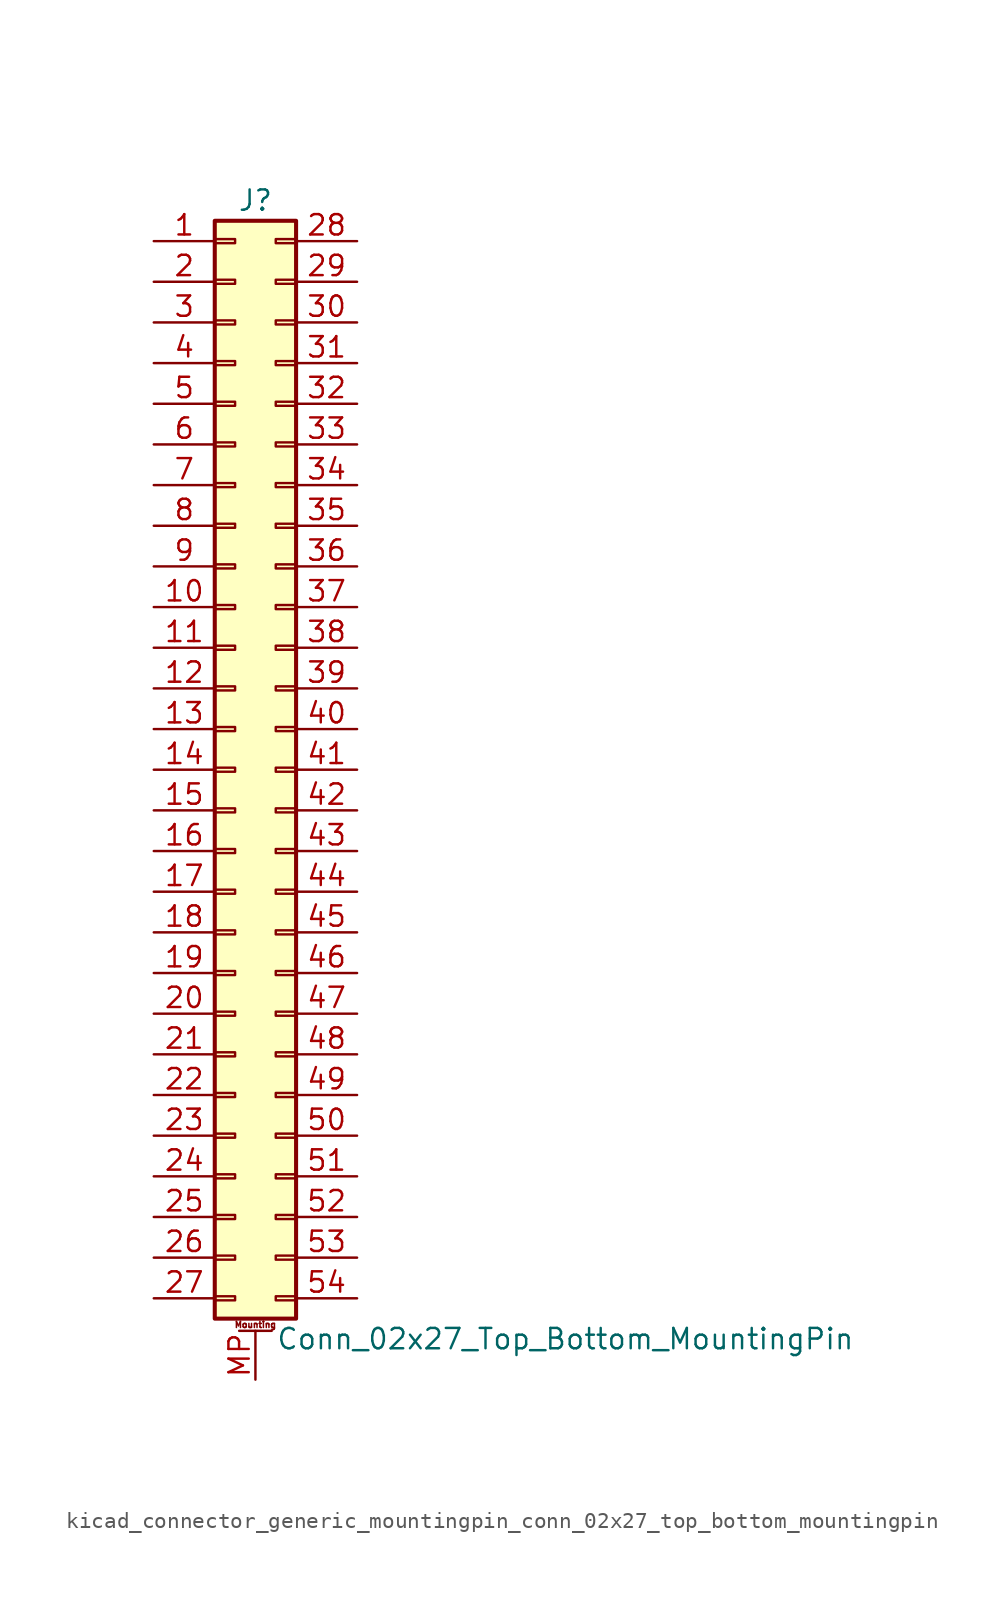
<source format=kicad_sym>
(kicad_symbol_lib
  (version 20220914)
  (generator kicad_symbol_editor)
  (symbol "kicad_connector_generic_mountingpin_conn_02x27_top_bottom_mountingpin"
    (pin_names
      (offset 1.016) hide)
    (property "Reference" "J"
      (at 1.27 35.56 0)
      (effects (font (size 1.27 1.27))))
    (property "Value" "Conn_02x27_Top_Bottom_MountingPin"
      (at 2.54 -35.56 0)
      (effects (font (size 1.27 1.27)) (justify left)))
    (symbol "kicad_connector_generic_mountingpin_conn_02x27_top_bottom_mountingpin_1_1"
      (rectangle (start -1.27 -32.893) (end 0 -33.147) (stroke (width 0.152) (type default)) (fill (type none)))
      (rectangle (start -1.27 -30.353) (end 0 -30.607) (stroke (width 0.152) (type default)) (fill (type none)))
      (rectangle (start -1.27 -27.813) (end 0 -28.067) (stroke (width 0.152) (type default)) (fill (type none)))
      (rectangle (start -1.27 -25.273) (end 0 -25.527) (stroke (width 0.152) (type default)) (fill (type none)))
      (rectangle (start -1.27 -22.733) (end 0 -22.987) (stroke (width 0.152) (type default)) (fill (type none)))
      (rectangle (start -1.27 -20.193) (end 0 -20.447) (stroke (width 0.152) (type default)) (fill (type none)))
      (rectangle (start -1.27 -17.653) (end 0 -17.907) (stroke (width 0.152) (type default)) (fill (type none)))
      (rectangle (start -1.27 -15.113) (end 0 -15.367) (stroke (width 0.152) (type default)) (fill (type none)))
      (rectangle (start -1.27 -12.573) (end 0 -12.827) (stroke (width 0.152) (type default)) (fill (type none)))
      (rectangle (start -1.27 -10.033) (end 0 -10.287) (stroke (width 0.152) (type default)) (fill (type none)))
      (rectangle (start -1.27 -7.493) (end 0 -7.747) (stroke (width 0.152) (type default)) (fill (type none)))
      (rectangle (start -1.27 -4.953) (end 0 -5.207) (stroke (width 0.152) (type default)) (fill (type none)))
      (rectangle (start -1.27 -2.413) (end 0 -2.667) (stroke (width 0.152) (type default)) (fill (type none)))
      (rectangle (start -1.27 0.127) (end 0 -0.127) (stroke (width 0.152) (type default)) (fill (type none)))
      (rectangle (start -1.27 2.667) (end 0 2.413) (stroke (width 0.152) (type default)) (fill (type none)))
      (rectangle (start -1.27 5.207) (end 0 4.953) (stroke (width 0.152) (type default)) (fill (type none)))
      (rectangle (start -1.27 7.747) (end 0 7.493) (stroke (width 0.152) (type default)) (fill (type none)))
      (rectangle (start -1.27 10.287) (end 0 10.033) (stroke (width 0.152) (type default)) (fill (type none)))
      (rectangle (start -1.27 12.827) (end 0 12.573) (stroke (width 0.152) (type default)) (fill (type none)))
      (rectangle (start -1.27 15.367) (end 0 15.113) (stroke (width 0.152) (type default)) (fill (type none)))
      (rectangle (start -1.27 17.907) (end 0 17.653) (stroke (width 0.152) (type default)) (fill (type none)))
      (rectangle (start -1.27 20.447) (end 0 20.193) (stroke (width 0.152) (type default)) (fill (type none)))
      (rectangle (start -1.27 22.987) (end 0 22.733) (stroke (width 0.152) (type default)) (fill (type none)))
      (rectangle (start -1.27 25.527) (end 0 25.273) (stroke (width 0.152) (type default)) (fill (type none)))
      (rectangle (start -1.27 28.067) (end 0 27.813) (stroke (width 0.152) (type default)) (fill (type none)))
      (rectangle (start -1.27 30.607) (end 0 30.353) (stroke (width 0.152) (type default)) (fill (type none)))
      (rectangle (start -1.27 33.147) (end 0 32.893) (stroke (width 0.152) (type default)) (fill (type none)))
      (rectangle (start -1.27 34.29) (end 3.81 -34.29) (stroke (width 0.254) (type default)) (fill (type background)))
      (polyline (pts (xy 0.254 -35.052) (xy 2.286 -35.052)) (stroke (width 0.152) (type default)) (fill (type none)))
      (rectangle (start 3.81 -32.893) (end 2.54 -33.147) (stroke (width 0.152) (type default)) (fill (type none)))
      (rectangle (start 3.81 -30.353) (end 2.54 -30.607) (stroke (width 0.152) (type default)) (fill (type none)))
      (rectangle (start 3.81 -27.813) (end 2.54 -28.067) (stroke (width 0.152) (type default)) (fill (type none)))
      (rectangle (start 3.81 -25.273) (end 2.54 -25.527) (stroke (width 0.152) (type default)) (fill (type none)))
      (rectangle (start 3.81 -22.733) (end 2.54 -22.987) (stroke (width 0.152) (type default)) (fill (type none)))
      (rectangle (start 3.81 -20.193) (end 2.54 -20.447) (stroke (width 0.152) (type default)) (fill (type none)))
      (rectangle (start 3.81 -17.653) (end 2.54 -17.907) (stroke (width 0.152) (type default)) (fill (type none)))
      (rectangle (start 3.81 -15.113) (end 2.54 -15.367) (stroke (width 0.152) (type default)) (fill (type none)))
      (rectangle (start 3.81 -12.573) (end 2.54 -12.827) (stroke (width 0.152) (type default)) (fill (type none)))
      (rectangle (start 3.81 -10.033) (end 2.54 -10.287) (stroke (width 0.152) (type default)) (fill (type none)))
      (rectangle (start 3.81 -7.493) (end 2.54 -7.747) (stroke (width 0.152) (type default)) (fill (type none)))
      (rectangle (start 3.81 -4.953) (end 2.54 -5.207) (stroke (width 0.152) (type default)) (fill (type none)))
      (rectangle (start 3.81 -2.413) (end 2.54 -2.667) (stroke (width 0.152) (type default)) (fill (type none)))
      (rectangle (start 3.81 0.127) (end 2.54 -0.127) (stroke (width 0.152) (type default)) (fill (type none)))
      (rectangle (start 3.81 2.667) (end 2.54 2.413) (stroke (width 0.152) (type default)) (fill (type none)))
      (rectangle (start 3.81 5.207) (end 2.54 4.953) (stroke (width 0.152) (type default)) (fill (type none)))
      (rectangle (start 3.81 7.747) (end 2.54 7.493) (stroke (width 0.152) (type default)) (fill (type none)))
      (rectangle (start 3.81 10.287) (end 2.54 10.033) (stroke (width 0.152) (type default)) (fill (type none)))
      (rectangle (start 3.81 12.827) (end 2.54 12.573) (stroke (width 0.152) (type default)) (fill (type none)))
      (rectangle (start 3.81 15.367) (end 2.54 15.113) (stroke (width 0.152) (type default)) (fill (type none)))
      (rectangle (start 3.81 17.907) (end 2.54 17.653) (stroke (width 0.152) (type default)) (fill (type none)))
      (rectangle (start 3.81 20.447) (end 2.54 20.193) (stroke (width 0.152) (type default)) (fill (type none)))
      (rectangle (start 3.81 22.987) (end 2.54 22.733) (stroke (width 0.152) (type default)) (fill (type none)))
      (rectangle (start 3.81 25.527) (end 2.54 25.273) (stroke (width 0.152) (type default)) (fill (type none)))
      (rectangle (start 3.81 28.067) (end 2.54 27.813) (stroke (width 0.152) (type default)) (fill (type none)))
      (rectangle (start 3.81 30.607) (end 2.54 30.353) (stroke (width 0.152) (type default)) (fill (type none)))
      (rectangle (start 3.81 33.147) (end 2.54 32.893) (stroke (width 0.152) (type default)) (fill (type none)))
      (text "Mounting" (at 1.27 -34.671 0) (effects (font (size 0.381 0.381))))
      (pin passive line (at -5.08 33.02 0) (length 3.81) (name "Pin_1" (effects (font (size 1.27 1.27)))) (number "1" (effects (font (size 1.27 1.27)))))
      (pin passive line (at -5.08 10.16 0) (length 3.81) (name "Pin_10" (effects (font (size 1.27 1.27)))) (number "10" (effects (font (size 1.27 1.27)))))
      (pin passive line (at -5.08 7.62 0) (length 3.81) (name "Pin_11" (effects (font (size 1.27 1.27)))) (number "11" (effects (font (size 1.27 1.27)))))
      (pin passive line (at -5.08 5.08 0) (length 3.81) (name "Pin_12" (effects (font (size 1.27 1.27)))) (number "12" (effects (font (size 1.27 1.27)))))
      (pin passive line (at -5.08 2.54 0) (length 3.81) (name "Pin_13" (effects (font (size 1.27 1.27)))) (number "13" (effects (font (size 1.27 1.27)))))
      (pin passive line (at -5.08 0 0) (length 3.81) (name "Pin_14" (effects (font (size 1.27 1.27)))) (number "14" (effects (font (size 1.27 1.27)))))
      (pin passive line (at -5.08 -2.54 0) (length 3.81) (name "Pin_15" (effects (font (size 1.27 1.27)))) (number "15" (effects (font (size 1.27 1.27)))))
      (pin passive line (at -5.08 -5.08 0) (length 3.81) (name "Pin_16" (effects (font (size 1.27 1.27)))) (number "16" (effects (font (size 1.27 1.27)))))
      (pin passive line (at -5.08 -7.62 0) (length 3.81) (name "Pin_17" (effects (font (size 1.27 1.27)))) (number "17" (effects (font (size 1.27 1.27)))))
      (pin passive line (at -5.08 -10.16 0) (length 3.81) (name "Pin_18" (effects (font (size 1.27 1.27)))) (number "18" (effects (font (size 1.27 1.27)))))
      (pin passive line (at -5.08 -12.7 0) (length 3.81) (name "Pin_19" (effects (font (size 1.27 1.27)))) (number "19" (effects (font (size 1.27 1.27)))))
      (pin passive line (at -5.08 30.48 0) (length 3.81) (name "Pin_2" (effects (font (size 1.27 1.27)))) (number "2" (effects (font (size 1.27 1.27)))))
      (pin passive line (at -5.08 -15.24 0) (length 3.81) (name "Pin_20" (effects (font (size 1.27 1.27)))) (number "20" (effects (font (size 1.27 1.27)))))
      (pin passive line (at -5.08 -17.78 0) (length 3.81) (name "Pin_21" (effects (font (size 1.27 1.27)))) (number "21" (effects (font (size 1.27 1.27)))))
      (pin passive line (at -5.08 -20.32 0) (length 3.81) (name "Pin_22" (effects (font (size 1.27 1.27)))) (number "22" (effects (font (size 1.27 1.27)))))
      (pin passive line (at -5.08 -22.86 0) (length 3.81) (name "Pin_23" (effects (font (size 1.27 1.27)))) (number "23" (effects (font (size 1.27 1.27)))))
      (pin passive line (at -5.08 -25.4 0) (length 3.81) (name "Pin_24" (effects (font (size 1.27 1.27)))) (number "24" (effects (font (size 1.27 1.27)))))
      (pin passive line (at -5.08 -27.94 0) (length 3.81) (name "Pin_25" (effects (font (size 1.27 1.27)))) (number "25" (effects (font (size 1.27 1.27)))))
      (pin passive line (at -5.08 -30.48 0) (length 3.81) (name "Pin_26" (effects (font (size 1.27 1.27)))) (number "26" (effects (font (size 1.27 1.27)))))
      (pin passive line (at -5.08 -33.02 0) (length 3.81) (name "Pin_27" (effects (font (size 1.27 1.27)))) (number "27" (effects (font (size 1.27 1.27)))))
      (pin passive line (at 7.62 33.02 180) (length 3.81) (name "Pin_28" (effects (font (size 1.27 1.27)))) (number "28" (effects (font (size 1.27 1.27)))))
      (pin passive line (at 7.62 30.48 180) (length 3.81) (name "Pin_29" (effects (font (size 1.27 1.27)))) (number "29" (effects (font (size 1.27 1.27)))))
      (pin passive line (at -5.08 27.94 0) (length 3.81) (name "Pin_3" (effects (font (size 1.27 1.27)))) (number "3" (effects (font (size 1.27 1.27)))))
      (pin passive line (at 7.62 27.94 180) (length 3.81) (name "Pin_30" (effects (font (size 1.27 1.27)))) (number "30" (effects (font (size 1.27 1.27)))))
      (pin passive line (at 7.62 25.4 180) (length 3.81) (name "Pin_31" (effects (font (size 1.27 1.27)))) (number "31" (effects (font (size 1.27 1.27)))))
      (pin passive line (at 7.62 22.86 180) (length 3.81) (name "Pin_32" (effects (font (size 1.27 1.27)))) (number "32" (effects (font (size 1.27 1.27)))))
      (pin passive line (at 7.62 20.32 180) (length 3.81) (name "Pin_33" (effects (font (size 1.27 1.27)))) (number "33" (effects (font (size 1.27 1.27)))))
      (pin passive line (at 7.62 17.78 180) (length 3.81) (name "Pin_34" (effects (font (size 1.27 1.27)))) (number "34" (effects (font (size 1.27 1.27)))))
      (pin passive line (at 7.62 15.24 180) (length 3.81) (name "Pin_35" (effects (font (size 1.27 1.27)))) (number "35" (effects (font (size 1.27 1.27)))))
      (pin passive line (at 7.62 12.7 180) (length 3.81) (name "Pin_36" (effects (font (size 1.27 1.27)))) (number "36" (effects (font (size 1.27 1.27)))))
      (pin passive line (at 7.62 10.16 180) (length 3.81) (name "Pin_37" (effects (font (size 1.27 1.27)))) (number "37" (effects (font (size 1.27 1.27)))))
      (pin passive line (at 7.62 7.62 180) (length 3.81) (name "Pin_38" (effects (font (size 1.27 1.27)))) (number "38" (effects (font (size 1.27 1.27)))))
      (pin passive line (at 7.62 5.08 180) (length 3.81) (name "Pin_39" (effects (font (size 1.27 1.27)))) (number "39" (effects (font (size 1.27 1.27)))))
      (pin passive line (at -5.08 25.4 0) (length 3.81) (name "Pin_4" (effects (font (size 1.27 1.27)))) (number "4" (effects (font (size 1.27 1.27)))))
      (pin passive line (at 7.62 2.54 180) (length 3.81) (name "Pin_40" (effects (font (size 1.27 1.27)))) (number "40" (effects (font (size 1.27 1.27)))))
      (pin passive line (at 7.62 0 180) (length 3.81) (name "Pin_41" (effects (font (size 1.27 1.27)))) (number "41" (effects (font (size 1.27 1.27)))))
      (pin passive line (at 7.62 -2.54 180) (length 3.81) (name "Pin_42" (effects (font (size 1.27 1.27)))) (number "42" (effects (font (size 1.27 1.27)))))
      (pin passive line (at 7.62 -5.08 180) (length 3.81) (name "Pin_43" (effects (font (size 1.27 1.27)))) (number "43" (effects (font (size 1.27 1.27)))))
      (pin passive line (at 7.62 -7.62 180) (length 3.81) (name "Pin_44" (effects (font (size 1.27 1.27)))) (number "44" (effects (font (size 1.27 1.27)))))
      (pin passive line (at 7.62 -10.16 180) (length 3.81) (name "Pin_45" (effects (font (size 1.27 1.27)))) (number "45" (effects (font (size 1.27 1.27)))))
      (pin passive line (at 7.62 -12.7 180) (length 3.81) (name "Pin_46" (effects (font (size 1.27 1.27)))) (number "46" (effects (font (size 1.27 1.27)))))
      (pin passive line (at 7.62 -15.24 180) (length 3.81) (name "Pin_47" (effects (font (size 1.27 1.27)))) (number "47" (effects (font (size 1.27 1.27)))))
      (pin passive line (at 7.62 -17.78 180) (length 3.81) (name "Pin_48" (effects (font (size 1.27 1.27)))) (number "48" (effects (font (size 1.27 1.27)))))
      (pin passive line (at 7.62 -20.32 180) (length 3.81) (name "Pin_49" (effects (font (size 1.27 1.27)))) (number "49" (effects (font (size 1.27 1.27)))))
      (pin passive line (at -5.08 22.86 0) (length 3.81) (name "Pin_5" (effects (font (size 1.27 1.27)))) (number "5" (effects (font (size 1.27 1.27)))))
      (pin passive line (at 7.62 -22.86 180) (length 3.81) (name "Pin_50" (effects (font (size 1.27 1.27)))) (number "50" (effects (font (size 1.27 1.27)))))
      (pin passive line (at 7.62 -25.4 180) (length 3.81) (name "Pin_51" (effects (font (size 1.27 1.27)))) (number "51" (effects (font (size 1.27 1.27)))))
      (pin passive line (at 7.62 -27.94 180) (length 3.81) (name "Pin_52" (effects (font (size 1.27 1.27)))) (number "52" (effects (font (size 1.27 1.27)))))
      (pin passive line (at 7.62 -30.48 180) (length 3.81) (name "Pin_53" (effects (font (size 1.27 1.27)))) (number "53" (effects (font (size 1.27 1.27)))))
      (pin passive line (at 7.62 -33.02 180) (length 3.81) (name "Pin_54" (effects (font (size 1.27 1.27)))) (number "54" (effects (font (size 1.27 1.27)))))
      (pin passive line (at -5.08 20.32 0) (length 3.81) (name "Pin_6" (effects (font (size 1.27 1.27)))) (number "6" (effects (font (size 1.27 1.27)))))
      (pin passive line (at -5.08 17.78 0) (length 3.81) (name "Pin_7" (effects (font (size 1.27 1.27)))) (number "7" (effects (font (size 1.27 1.27)))))
      (pin passive line (at -5.08 15.24 0) (length 3.81) (name "Pin_8" (effects (font (size 1.27 1.27)))) (number "8" (effects (font (size 1.27 1.27)))))
      (pin passive line (at -5.08 12.7 0) (length 3.81) (name "Pin_9" (effects (font (size 1.27 1.27)))) (number "9" (effects (font (size 1.27 1.27)))))
      (pin passive line (at 1.27 -38.1 90) (length 3.048) (name "MountPin" (effects (font (size 1.27 1.27)))) (number "MP" (effects (font (size 1.27 1.27))))))))
</source>
